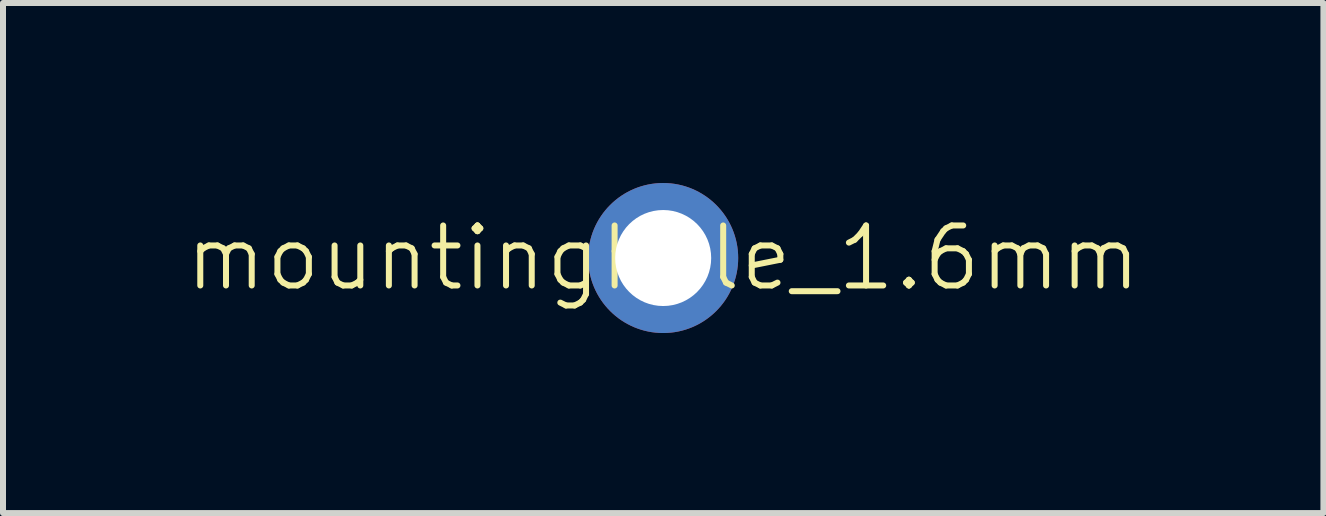
<source format=kicad_pcb>
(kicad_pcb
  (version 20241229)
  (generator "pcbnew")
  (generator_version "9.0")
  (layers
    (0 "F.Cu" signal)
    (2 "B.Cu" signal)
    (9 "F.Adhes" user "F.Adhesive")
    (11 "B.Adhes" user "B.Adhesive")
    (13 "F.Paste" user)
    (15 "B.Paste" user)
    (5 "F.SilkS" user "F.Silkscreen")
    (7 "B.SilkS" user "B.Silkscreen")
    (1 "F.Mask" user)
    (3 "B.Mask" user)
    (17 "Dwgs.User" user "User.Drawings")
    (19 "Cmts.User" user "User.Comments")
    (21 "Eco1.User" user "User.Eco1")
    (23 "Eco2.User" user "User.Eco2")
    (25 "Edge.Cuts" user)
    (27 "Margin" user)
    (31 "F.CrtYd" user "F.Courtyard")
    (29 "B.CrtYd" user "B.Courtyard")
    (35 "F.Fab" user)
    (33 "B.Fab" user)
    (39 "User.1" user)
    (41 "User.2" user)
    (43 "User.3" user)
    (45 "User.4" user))
  (footprint "mountinghole_1.6mm"
    (layer "F.Cu")
    (at 8.002 1.25)
    (property "Reference" "mountinghole_1.6mm" (at 0 0 0) (unlocked yes) (layer "F.SilkS") (effects (font (size 1 1) (thickness 0.1))))
    (attr through_hole)
    (pad "1" thru_hole circle (at 0 0) (size 2.5 2.5) (drill 1.6) (layers "*.Cu" "*.Mask")))
  (gr_rect
    (start -3 -3)
    (end 19.005 5.5)
    (stroke (width 0.1) (type default))
    (fill no)
    (layer "Edge.Cuts")))
</source>
